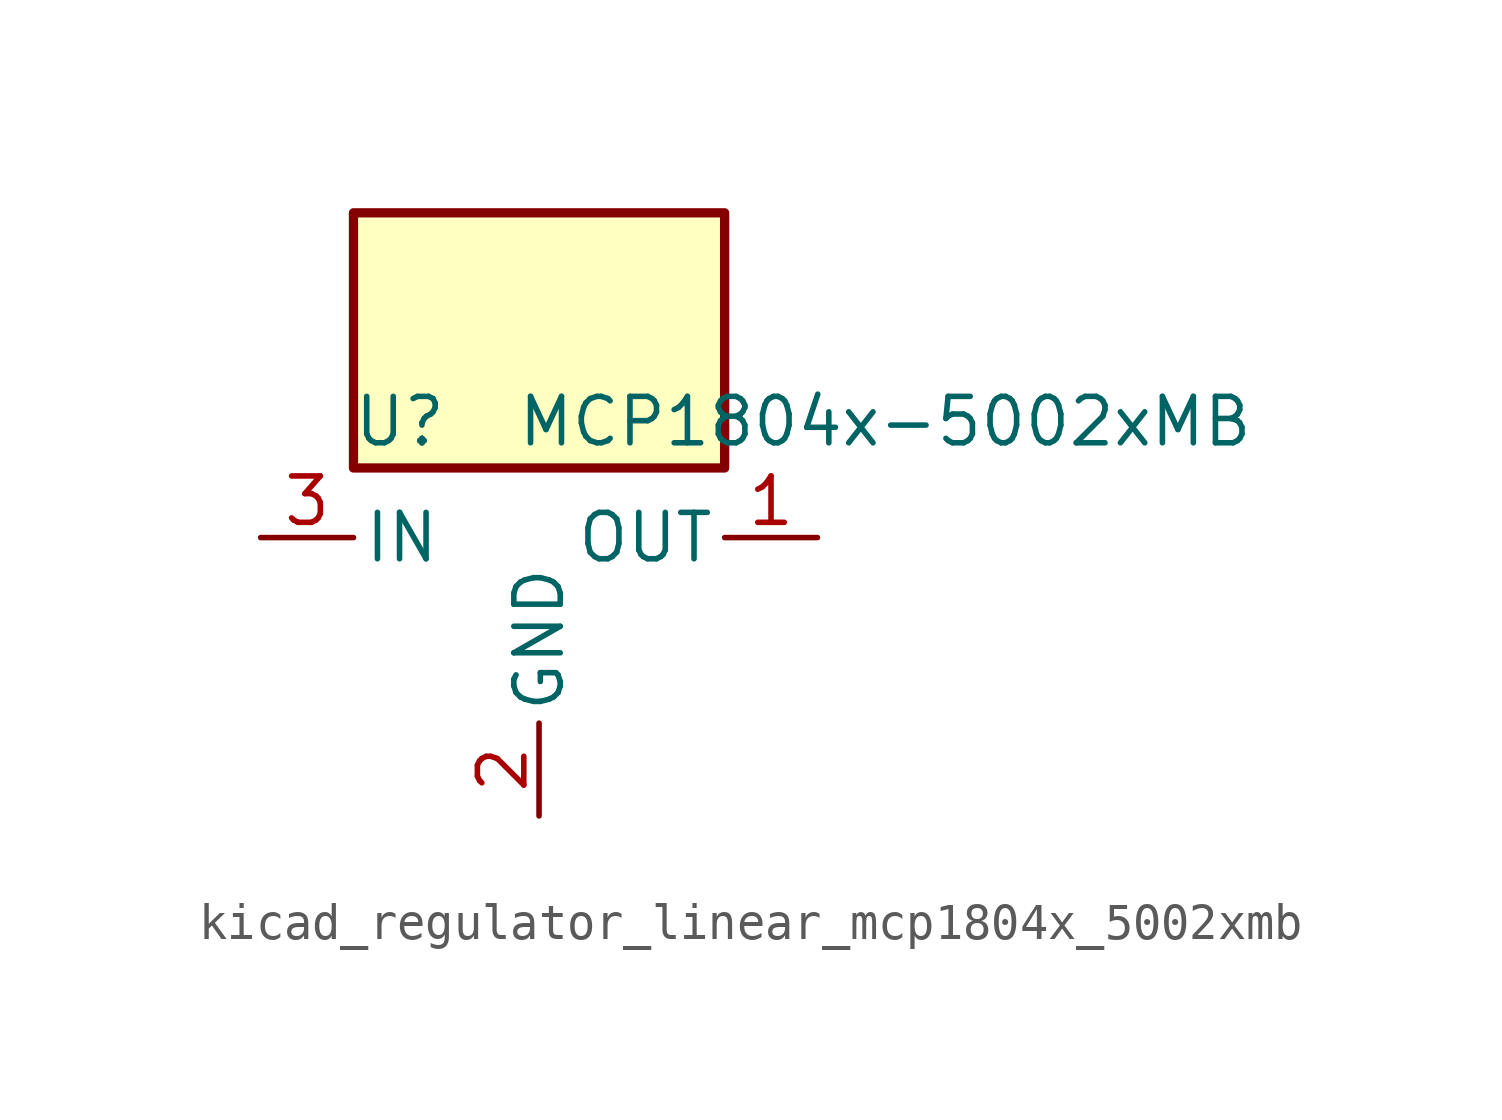
<source format=kicad_sym>
(kicad_symbol_lib
  (version 20220914)
  (generator kicad_symbol_editor)
  (symbol "kicad_regulator_linear_mcp1804x_5002xmb"
    (pin_names
      (offset 0.254))
    (property "Reference" "U"
      (at -3.81 3.175 0)
      (effects (font (size 1.27 1.27))))
    (property "Value" "MCP1804x-5002xMB"
      (at -0.635 3.175 0)
      (effects (font (size 1.27 1.27)) (justify left)))
    (symbol "kicad_regulator_linear_mcp1804x_5002xmb_0_1"
      (rectangle (start 5.08 8.89) (end -5.08 1.905) (stroke (width 0.254) (type default)) (fill (type background))))
    (symbol "kicad_regulator_linear_mcp1804x_5002xmb_1_1"
      (pin power_out line (at 7.62 0 180) (length 2.54) (name "OUT" (effects (font (size 1.27 1.27)))) (number "1" (effects (font (size 1.27 1.27)))))
      (pin power_in line (at 0 -7.62 90) (length 2.54) (name "GND" (effects (font (size 1.27 1.27)))) (number "2" (effects (font (size 1.27 1.27)))))
      (pin power_in line (at -7.62 0 0) (length 2.54) (name "IN" (effects (font (size 1.27 1.27)))) (number "3" (effects (font (size 1.27 1.27))))))))
</source>
